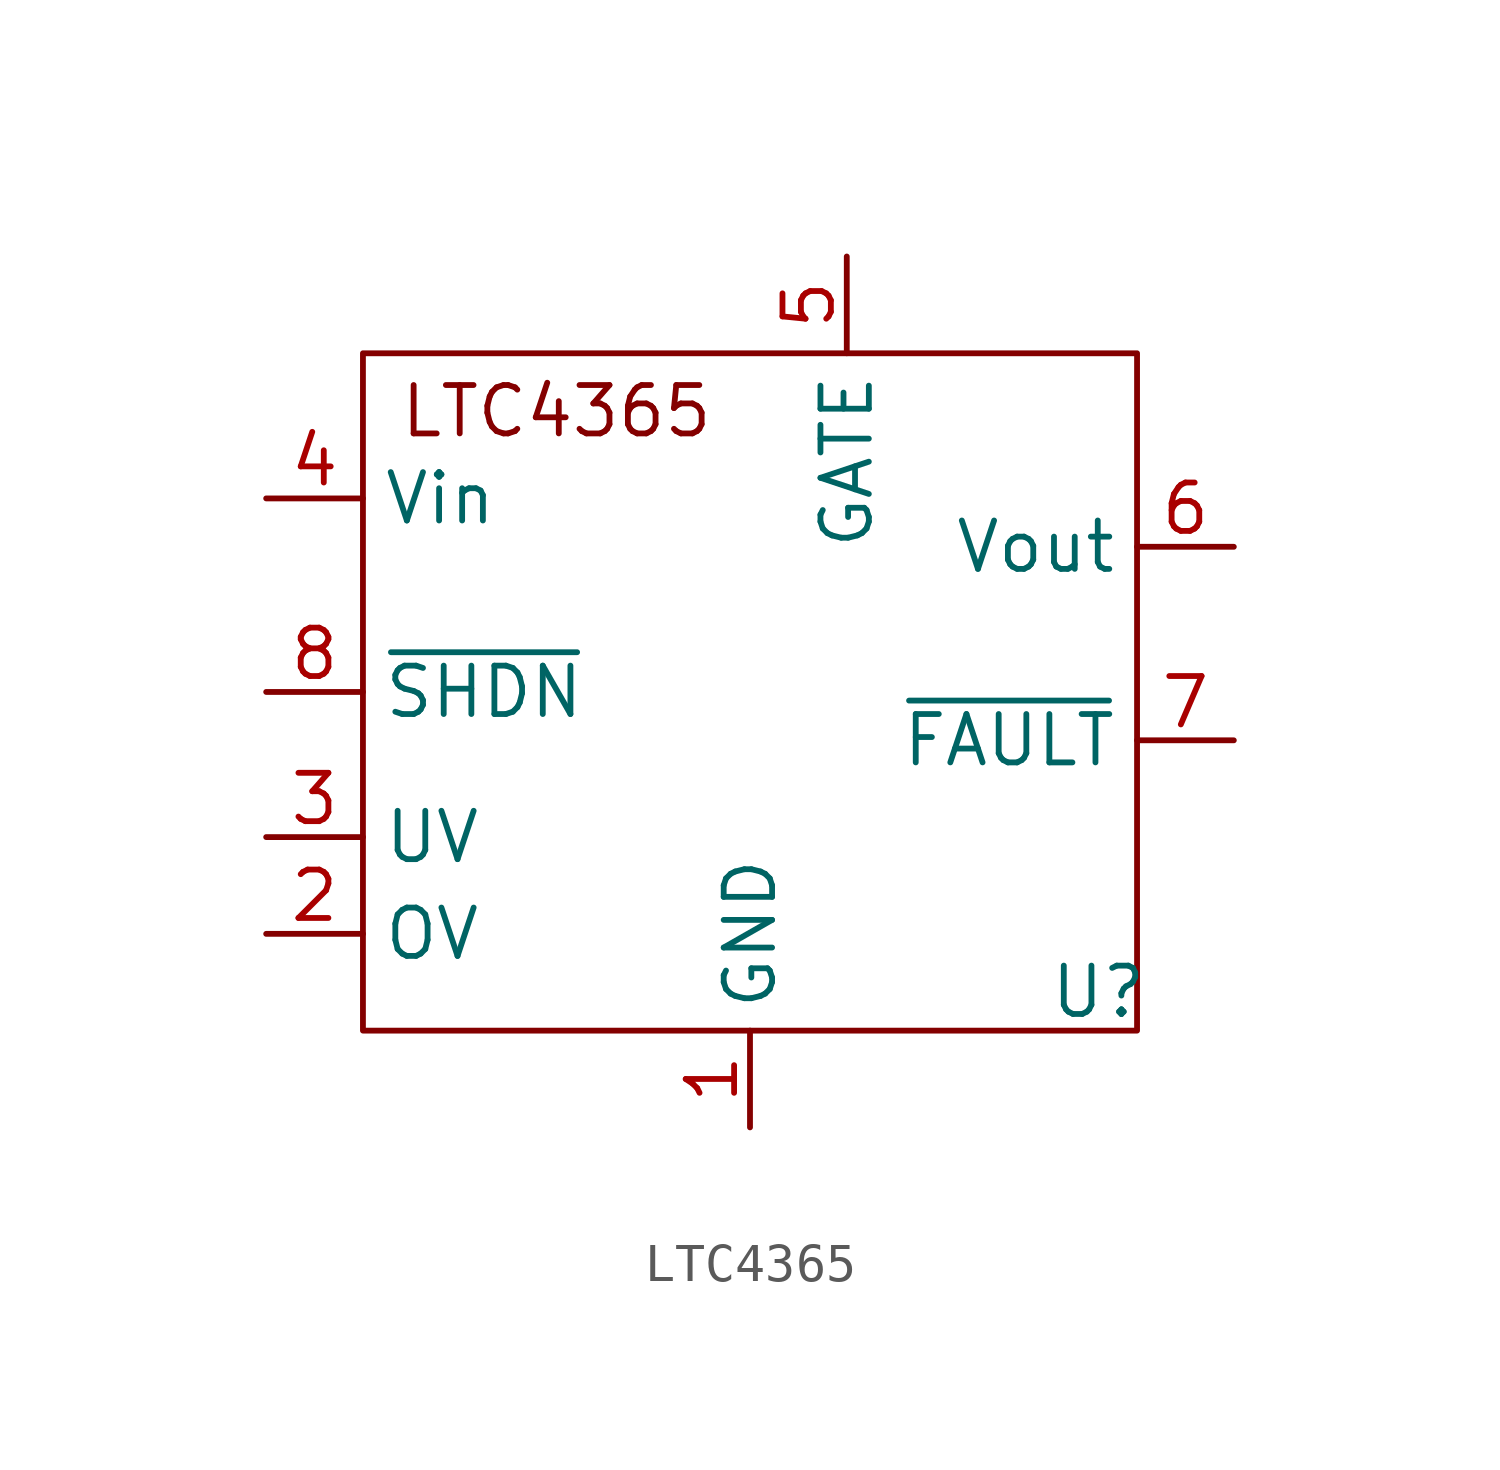
<source format=kicad_sym>
(kicad_symbol_lib
  (version 20241209)
  (generator "kicad_symbol_editor")
  (generator_version "9.0")
  (symbol "LTC4365"
    (property "Reference" "U"
      (at 7.874 -7.874 0)
      (effects (font (size 1.27 1.27))))
    (property "Value" ""
      (at 0 0 0)
      (effects (font (size 1.27 1.27))))
    (symbol "LTC4365_0_1"
      (rectangle (start -11.43 8.89) (end 8.89 -8.89) (stroke (width 0) (type default)) (fill (type none))))
    (symbol "LTC4365_1_1"
      (text "LTC4365\n" (at -6.35 7.366 0) (effects (font (size 1.27 1.27))))
      (pin power_in line (at -13.97 5.08 0) (length 2.54) (name "Vin" (effects (font (size 1.27 1.27)))) (number "4" (effects (font (size 1.27 1.27)))))
      (pin passive line (at -13.97 0 0) (length 2.54) (name "~{SHDN}" (effects (font (size 1.27 1.27)))) (number "8" (effects (font (size 1.27 1.27)))))
      (pin input line (at -13.97 -3.81 0) (length 2.54) (name "UV" (effects (font (size 1.27 1.27)))) (number "3" (effects (font (size 1.27 1.27)))))
      (pin input line (at -13.97 -6.35 0) (length 2.54) (name "OV" (effects (font (size 1.27 1.27)))) (number "2" (effects (font (size 1.27 1.27)))))
      (pin power_in line (at -1.27 -11.43 90) (length 2.54) (name "GND" (effects (font (size 1.27 1.27)))) (number "1" (effects (font (size 1.27 1.27)))))
      (pin output line (at 1.27 11.43 270) (length 2.54) (name "GATE" (effects (font (size 1.27 1.27)))) (number "5" (effects (font (size 1.27 1.27)))))
      (pin power_out line (at 11.43 3.81 180) (length 2.54) (name "Vout" (effects (font (size 1.27 1.27)))) (number "6" (effects (font (size 1.27 1.27)))))
      (pin output line (at 11.43 -1.27 180) (length 2.54) (name "~{FAULT}" (effects (font (size 1.27 1.27)))) (number "7" (effects (font (size 1.27 1.27))))))))
</source>
